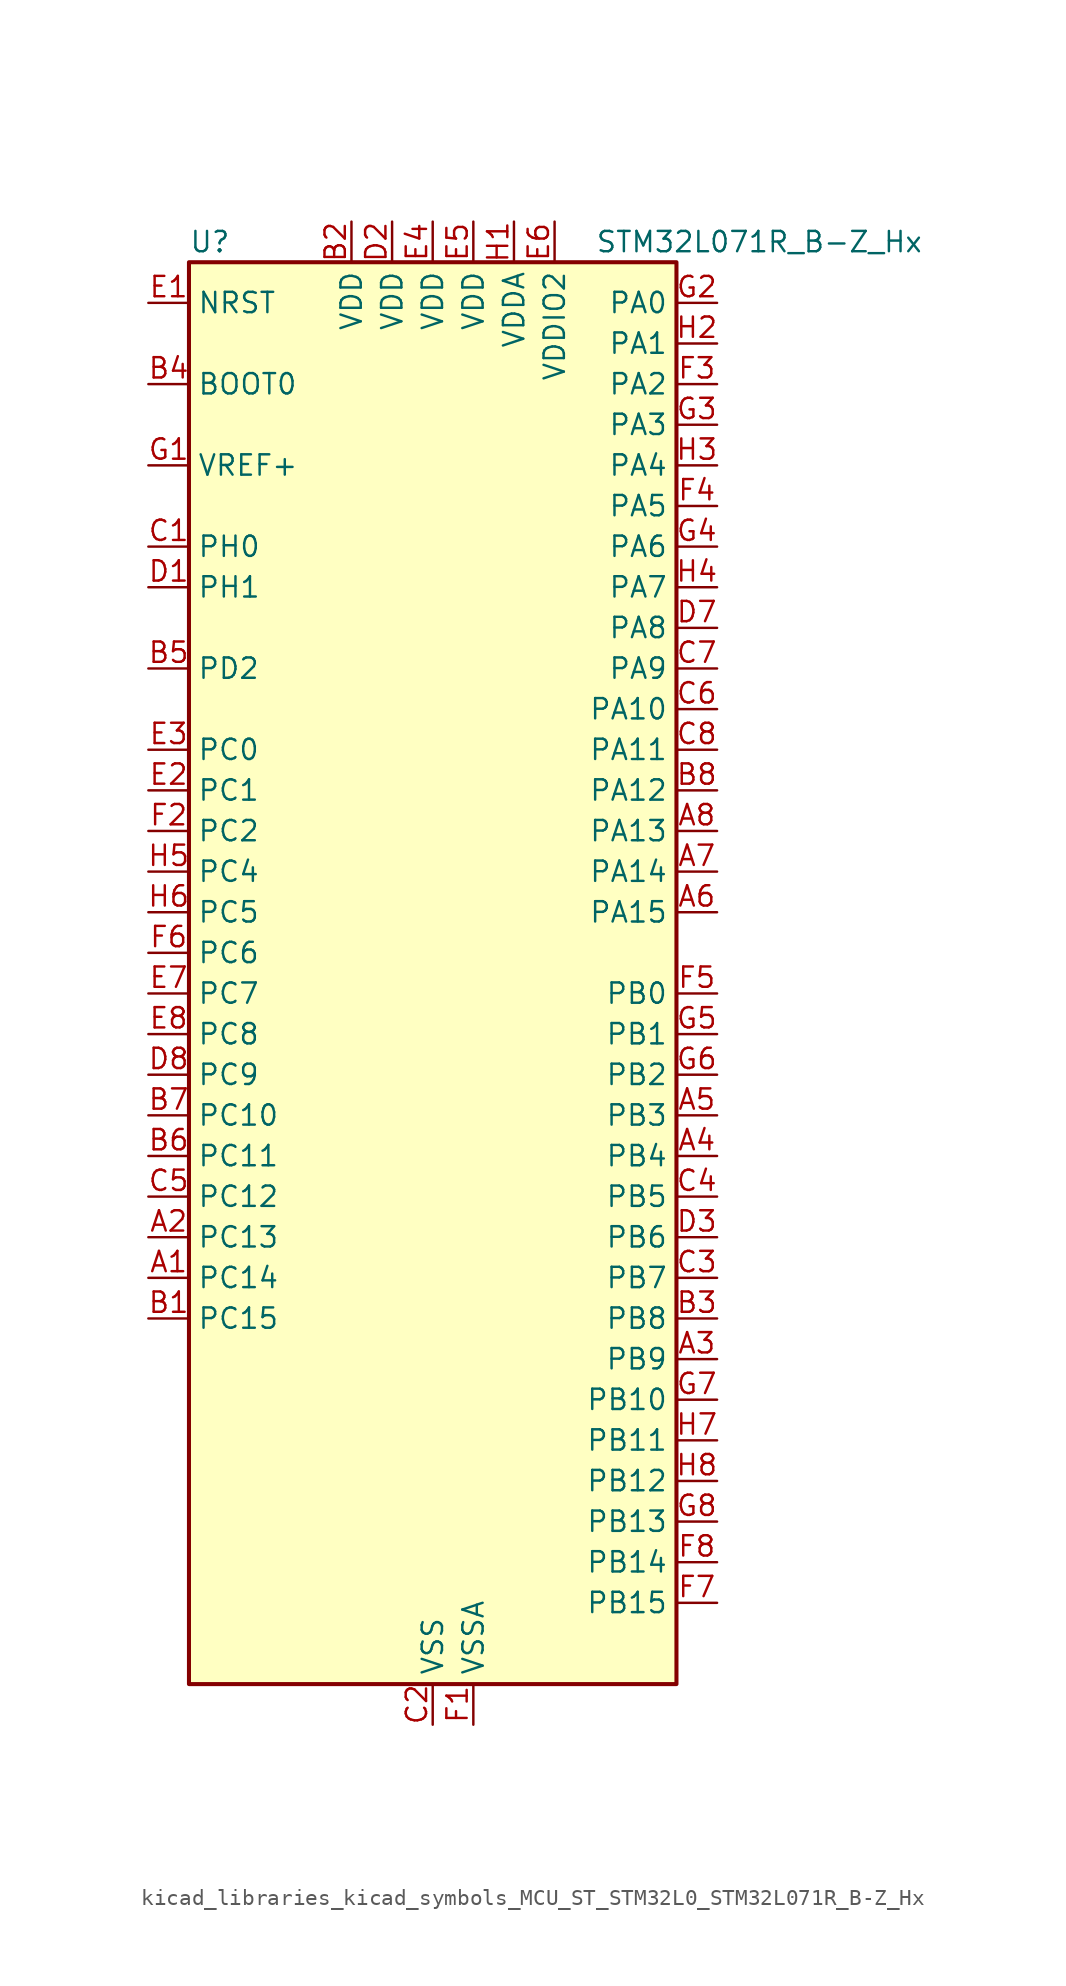
<source format=kicad_sym>
(kicad_symbol_lib
  (version 20220914)
  (generator kicad_symbol_editor)
  (symbol "kicad_libraries_kicad_symbols_MCU_ST_STM32L0_STM32L071R_B-Z_Hx"
    (property "Reference" "U"
      (at -15.24 46.99 0)
      (effects (font (size 1.27 1.27)) (justify left)))
    (property "Value" "STM32L071R_B-Z_Hx"
      (at 10.16 46.99 0)
      (effects (font (size 1.27 1.27)) (justify left)))
    (property "ki_locked" ""
      (at 0 0 0)
      (effects (font (size 1.27 1.27))))
    (symbol "kicad_libraries_kicad_symbols_MCU_ST_STM32L0_STM32L071R_B-Z_Hx_0_1"
      (rectangle (start -15.24 -43.18) (end 15.24 45.72) (stroke (width 0.254) (type default)) (fill (type background))))
    (symbol "kicad_libraries_kicad_symbols_MCU_ST_STM32L0_STM32L071R_B-Z_Hx_1_1"
      (pin bidirectional line (at -17.78 -17.78 0) (length 2.54) (name "PC14" (effects (font (size 1.27 1.27)))) (number "A1" (effects (font (size 1.27 1.27)))) (alternate "RCC_OSC32_IN" bidirectional line))
      (pin bidirectional line (at -17.78 -15.24 0) (length 2.54) (name "PC13" (effects (font (size 1.27 1.27)))) (number "A2" (effects (font (size 1.27 1.27)))) (alternate "RTC_OUT_ALARM" bidirectional line) (alternate "RTC_OUT_CALIB" bidirectional line) (alternate "RTC_TAMP1" bidirectional line) (alternate "RTC_TS" bidirectional line) (alternate "SYS_WKUP2" bidirectional line))
      (pin bidirectional line (at 17.78 -22.86 180) (length 2.54) (name "PB9" (effects (font (size 1.27 1.27)))) (number "A3" (effects (font (size 1.27 1.27)))) (alternate "I2C1_SDA" bidirectional line) (alternate "I2S2_WS" bidirectional line) (alternate "SPI2_NSS" bidirectional line))
      (pin bidirectional line (at 17.78 -10.16 180) (length 2.54) (name "PB4" (effects (font (size 1.27 1.27)))) (number "A4" (effects (font (size 1.27 1.27)))) (alternate "COMP2_INP" bidirectional line) (alternate "I2C3_SDA" bidirectional line) (alternate "SPI1_MISO" bidirectional line) (alternate "TIM22_CH1" bidirectional line) (alternate "TIM3_CH1" bidirectional line) (alternate "USART1_CTS" bidirectional line) (alternate "USART5_RX" bidirectional line))
      (pin bidirectional line (at 17.78 -7.62 180) (length 2.54) (name "PB3" (effects (font (size 1.27 1.27)))) (number "A5" (effects (font (size 1.27 1.27)))) (alternate "COMP2_INM" bidirectional line) (alternate "SPI1_SCK" bidirectional line) (alternate "TIM2_CH2" bidirectional line) (alternate "USART1_DE" bidirectional line) (alternate "USART1_RTS" bidirectional line) (alternate "USART5_TX" bidirectional line))
      (pin bidirectional line (at 17.78 5.08 180) (length 2.54) (name "PA15" (effects (font (size 1.27 1.27)))) (number "A6" (effects (font (size 1.27 1.27)))) (alternate "SPI1_NSS" bidirectional line) (alternate "TIM2_CH1" bidirectional line) (alternate "TIM2_ETR" bidirectional line) (alternate "USART2_RX" bidirectional line) (alternate "USART4_DE" bidirectional line) (alternate "USART4_RTS" bidirectional line))
      (pin bidirectional line (at 17.78 7.62 180) (length 2.54) (name "PA14" (effects (font (size 1.27 1.27)))) (number "A7" (effects (font (size 1.27 1.27)))) (alternate "LPUART1_TX" bidirectional line) (alternate "SYS_SWCLK" bidirectional line) (alternate "USART2_TX" bidirectional line))
      (pin bidirectional line (at 17.78 10.16 180) (length 2.54) (name "PA13" (effects (font (size 1.27 1.27)))) (number "A8" (effects (font (size 1.27 1.27)))) (alternate "LPUART1_RX" bidirectional line) (alternate "SYS_SWDIO" bidirectional line))
      (pin bidirectional line (at -17.78 -20.32 0) (length 2.54) (name "PC15" (effects (font (size 1.27 1.27)))) (number "B1" (effects (font (size 1.27 1.27)))) (alternate "RCC_OSC32_OUT" bidirectional line))
      (pin power_in line (at -5.08 48.26 270) (length 2.54) (name "VDD" (effects (font (size 1.27 1.27)))) (number "B2" (effects (font (size 1.27 1.27)))))
      (pin bidirectional line (at 17.78 -20.32 180) (length 2.54) (name "PB8" (effects (font (size 1.27 1.27)))) (number "B3" (effects (font (size 1.27 1.27)))) (alternate "I2C1_SCL" bidirectional line))
      (pin input line (at -17.78 38.1 0) (length 2.54) (name "BOOT0" (effects (font (size 1.27 1.27)))) (number "B4" (effects (font (size 1.27 1.27)))))
      (pin bidirectional line (at -17.78 20.32 0) (length 2.54) (name "PD2" (effects (font (size 1.27 1.27)))) (number "B5" (effects (font (size 1.27 1.27)))) (alternate "LPUART1_DE" bidirectional line) (alternate "LPUART1_RTS" bidirectional line) (alternate "TIM3_ETR" bidirectional line) (alternate "USART5_RX" bidirectional line))
      (pin bidirectional line (at -17.78 -10.16 0) (length 2.54) (name "PC11" (effects (font (size 1.27 1.27)))) (number "B6" (effects (font (size 1.27 1.27)))) (alternate "ADC_EXTI11" bidirectional line) (alternate "LPUART1_RX" bidirectional line) (alternate "USART4_RX" bidirectional line))
      (pin bidirectional line (at -17.78 -7.62 0) (length 2.54) (name "PC10" (effects (font (size 1.27 1.27)))) (number "B7" (effects (font (size 1.27 1.27)))) (alternate "LPUART1_TX" bidirectional line) (alternate "USART4_TX" bidirectional line))
      (pin bidirectional line (at 17.78 12.7 180) (length 2.54) (name "PA12" (effects (font (size 1.27 1.27)))) (number "B8" (effects (font (size 1.27 1.27)))) (alternate "COMP2_OUT" bidirectional line) (alternate "SPI1_MOSI" bidirectional line) (alternate "USART1_DE" bidirectional line) (alternate "USART1_RTS" bidirectional line))
      (pin bidirectional line (at -17.78 27.94 0) (length 2.54) (name "PH0" (effects (font (size 1.27 1.27)))) (number "C1" (effects (font (size 1.27 1.27)))) (alternate "RCC_OSC_IN" bidirectional line))
      (pin power_in line (at 0 -45.72 90) (length 2.54) (name "VSS" (effects (font (size 1.27 1.27)))) (number "C2" (effects (font (size 1.27 1.27)))))
      (pin bidirectional line (at 17.78 -17.78 180) (length 2.54) (name "PB7" (effects (font (size 1.27 1.27)))) (number "C3" (effects (font (size 1.27 1.27)))) (alternate "COMP2_INP" bidirectional line) (alternate "I2C1_SDA" bidirectional line) (alternate "LPTIM1_IN2" bidirectional line) (alternate "SYS_PVD_IN" bidirectional line) (alternate "USART1_RX" bidirectional line) (alternate "USART4_CTS" bidirectional line))
      (pin bidirectional line (at 17.78 -12.7 180) (length 2.54) (name "PB5" (effects (font (size 1.27 1.27)))) (number "C4" (effects (font (size 1.27 1.27)))) (alternate "COMP2_INP" bidirectional line) (alternate "I2C1_SMBA" bidirectional line) (alternate "LPTIM1_IN1" bidirectional line) (alternate "SPI1_MOSI" bidirectional line) (alternate "TIM22_CH2" bidirectional line) (alternate "TIM3_CH2" bidirectional line) (alternate "USART1_CK" bidirectional line) (alternate "USART5_CK" bidirectional line) (alternate "USART5_DE" bidirectional line) (alternate "USART5_RTS" bidirectional line))
      (pin bidirectional line (at -17.78 -12.7 0) (length 2.54) (name "PC12" (effects (font (size 1.27 1.27)))) (number "C5" (effects (font (size 1.27 1.27)))) (alternate "USART4_CK" bidirectional line) (alternate "USART5_TX" bidirectional line))
      (pin bidirectional line (at 17.78 17.78 180) (length 2.54) (name "PA10" (effects (font (size 1.27 1.27)))) (number "C6" (effects (font (size 1.27 1.27)))) (alternate "I2C1_SDA" bidirectional line) (alternate "USART1_RX" bidirectional line))
      (pin bidirectional line (at 17.78 20.32 180) (length 2.54) (name "PA9" (effects (font (size 1.27 1.27)))) (number "C7" (effects (font (size 1.27 1.27)))) (alternate "I2C1_SCL" bidirectional line) (alternate "I2C3_SMBA" bidirectional line) (alternate "RCC_MCO" bidirectional line) (alternate "USART1_TX" bidirectional line))
      (pin bidirectional line (at 17.78 15.24 180) (length 2.54) (name "PA11" (effects (font (size 1.27 1.27)))) (number "C8" (effects (font (size 1.27 1.27)))) (alternate "ADC_EXTI11" bidirectional line) (alternate "COMP1_OUT" bidirectional line) (alternate "SPI1_MISO" bidirectional line) (alternate "USART1_CTS" bidirectional line))
      (pin bidirectional line (at -17.78 25.4 0) (length 2.54) (name "PH1" (effects (font (size 1.27 1.27)))) (number "D1" (effects (font (size 1.27 1.27)))) (alternate "RCC_OSC_OUT" bidirectional line))
      (pin power_in line (at -2.54 48.26 270) (length 2.54) (name "VDD" (effects (font (size 1.27 1.27)))) (number "D2" (effects (font (size 1.27 1.27)))))
      (pin bidirectional line (at 17.78 -15.24 180) (length 2.54) (name "PB6" (effects (font (size 1.27 1.27)))) (number "D3" (effects (font (size 1.27 1.27)))) (alternate "COMP2_INP" bidirectional line) (alternate "I2C1_SCL" bidirectional line) (alternate "LPTIM1_ETR" bidirectional line) (alternate "USART1_TX" bidirectional line))
      (pin passive line (at 0 -45.72 90) (length 2.54) hide (name "VSS" (effects (font (size 1.27 1.27)))) (number "D4" (effects (font (size 1.27 1.27)))))
      (pin passive line (at 0 -45.72 90) (length 2.54) hide (name "VSS" (effects (font (size 1.27 1.27)))) (number "D5" (effects (font (size 1.27 1.27)))))
      (pin passive line (at 0 -45.72 90) (length 2.54) hide (name "VSS" (effects (font (size 1.27 1.27)))) (number "D6" (effects (font (size 1.27 1.27)))))
      (pin bidirectional line (at 17.78 22.86 180) (length 2.54) (name "PA8" (effects (font (size 1.27 1.27)))) (number "D7" (effects (font (size 1.27 1.27)))) (alternate "I2C3_SCL" bidirectional line) (alternate "RCC_MCO" bidirectional line) (alternate "USART1_CK" bidirectional line))
      (pin bidirectional line (at -17.78 -5.08 0) (length 2.54) (name "PC9" (effects (font (size 1.27 1.27)))) (number "D8" (effects (font (size 1.27 1.27)))) (alternate "I2C3_SDA" bidirectional line) (alternate "TIM21_ETR" bidirectional line) (alternate "TIM3_CH4" bidirectional line))
      (pin input line (at -17.78 43.18 0) (length 2.54) (name "NRST" (effects (font (size 1.27 1.27)))) (number "E1" (effects (font (size 1.27 1.27)))))
      (pin bidirectional line (at -17.78 12.7 0) (length 2.54) (name "PC1" (effects (font (size 1.27 1.27)))) (number "E2" (effects (font (size 1.27 1.27)))) (alternate "ADC_IN11" bidirectional line) (alternate "I2C3_SDA" bidirectional line) (alternate "LPTIM1_OUT" bidirectional line) (alternate "LPUART1_TX" bidirectional line))
      (pin bidirectional line (at -17.78 15.24 0) (length 2.54) (name "PC0" (effects (font (size 1.27 1.27)))) (number "E3" (effects (font (size 1.27 1.27)))) (alternate "ADC_IN10" bidirectional line) (alternate "I2C3_SCL" bidirectional line) (alternate "LPTIM1_IN1" bidirectional line) (alternate "LPUART1_RX" bidirectional line))
      (pin power_in line (at 0 48.26 270) (length 2.54) (name "VDD" (effects (font (size 1.27 1.27)))) (number "E4" (effects (font (size 1.27 1.27)))))
      (pin power_in line (at 2.54 48.26 270) (length 2.54) (name "VDD" (effects (font (size 1.27 1.27)))) (number "E5" (effects (font (size 1.27 1.27)))))
      (pin power_in line (at 7.62 48.26 270) (length 2.54) (name "VDDIO2" (effects (font (size 1.27 1.27)))) (number "E6" (effects (font (size 1.27 1.27)))))
      (pin bidirectional line (at -17.78 0 0) (length 2.54) (name "PC7" (effects (font (size 1.27 1.27)))) (number "E7" (effects (font (size 1.27 1.27)))) (alternate "TIM22_CH2" bidirectional line) (alternate "TIM3_CH2" bidirectional line))
      (pin bidirectional line (at -17.78 -2.54 0) (length 2.54) (name "PC8" (effects (font (size 1.27 1.27)))) (number "E8" (effects (font (size 1.27 1.27)))) (alternate "TIM22_ETR" bidirectional line) (alternate "TIM3_CH3" bidirectional line))
      (pin power_in line (at 2.54 -45.72 90) (length 2.54) (name "VSSA" (effects (font (size 1.27 1.27)))) (number "F1" (effects (font (size 1.27 1.27)))))
      (pin bidirectional line (at -17.78 10.16 0) (length 2.54) (name "PC2" (effects (font (size 1.27 1.27)))) (number "F2" (effects (font (size 1.27 1.27)))) (alternate "ADC_IN12" bidirectional line) (alternate "I2S2_MCK" bidirectional line) (alternate "LPTIM1_IN2" bidirectional line) (alternate "SPI2_MISO" bidirectional line))
      (pin bidirectional line (at 17.78 38.1 180) (length 2.54) (name "PA2" (effects (font (size 1.27 1.27)))) (number "F3" (effects (font (size 1.27 1.27)))) (alternate "ADC_IN2" bidirectional line) (alternate "COMP2_INM" bidirectional line) (alternate "COMP2_OUT" bidirectional line) (alternate "LPUART1_TX" bidirectional line) (alternate "TIM21_CH1" bidirectional line) (alternate "TIM2_CH3" bidirectional line) (alternate "USART2_TX" bidirectional line))
      (pin bidirectional line (at 17.78 30.48 180) (length 2.54) (name "PA5" (effects (font (size 1.27 1.27)))) (number "F4" (effects (font (size 1.27 1.27)))) (alternate "ADC_IN5" bidirectional line) (alternate "COMP1_INM" bidirectional line) (alternate "COMP2_INM" bidirectional line) (alternate "SPI1_SCK" bidirectional line) (alternate "TIM2_CH1" bidirectional line) (alternate "TIM2_ETR" bidirectional line))
      (pin bidirectional line (at 17.78 0 180) (length 2.54) (name "PB0" (effects (font (size 1.27 1.27)))) (number "F5" (effects (font (size 1.27 1.27)))) (alternate "ADC_IN8" bidirectional line) (alternate "SYS_VREF_OUT_PB0" bidirectional line) (alternate "TIM3_CH3" bidirectional line))
      (pin bidirectional line (at -17.78 2.54 0) (length 2.54) (name "PC6" (effects (font (size 1.27 1.27)))) (number "F6" (effects (font (size 1.27 1.27)))) (alternate "TIM22_CH1" bidirectional line) (alternate "TIM3_CH1" bidirectional line))
      (pin bidirectional line (at 17.78 -38.1 180) (length 2.54) (name "PB15" (effects (font (size 1.27 1.27)))) (number "F7" (effects (font (size 1.27 1.27)))) (alternate "I2S2_SD" bidirectional line) (alternate "RTC_REFIN" bidirectional line) (alternate "SPI2_MOSI" bidirectional line))
      (pin bidirectional line (at 17.78 -35.56 180) (length 2.54) (name "PB14" (effects (font (size 1.27 1.27)))) (number "F8" (effects (font (size 1.27 1.27)))) (alternate "I2C2_SDA" bidirectional line) (alternate "I2S2_MCK" bidirectional line) (alternate "LPUART1_DE" bidirectional line) (alternate "LPUART1_RTS" bidirectional line) (alternate "RTC_OUT_ALARM" bidirectional line) (alternate "RTC_OUT_CALIB" bidirectional line) (alternate "SPI2_MISO" bidirectional line) (alternate "TIM21_CH2" bidirectional line))
      (pin input line (at -17.78 33.02 0) (length 2.54) (name "VREF+" (effects (font (size 1.27 1.27)))) (number "G1" (effects (font (size 1.27 1.27)))))
      (pin bidirectional line (at 17.78 43.18 180) (length 2.54) (name "PA0" (effects (font (size 1.27 1.27)))) (number "G2" (effects (font (size 1.27 1.27)))) (alternate "ADC_IN0" bidirectional line) (alternate "COMP1_INM" bidirectional line) (alternate "COMP1_OUT" bidirectional line) (alternate "RTC_TAMP2" bidirectional line) (alternate "SYS_WKUP1" bidirectional line) (alternate "TIM2_CH1" bidirectional line) (alternate "TIM2_ETR" bidirectional line) (alternate "USART2_CTS" bidirectional line) (alternate "USART4_TX" bidirectional line))
      (pin bidirectional line (at 17.78 35.56 180) (length 2.54) (name "PA3" (effects (font (size 1.27 1.27)))) (number "G3" (effects (font (size 1.27 1.27)))) (alternate "ADC_IN3" bidirectional line) (alternate "COMP2_INP" bidirectional line) (alternate "LPUART1_RX" bidirectional line) (alternate "TIM21_CH2" bidirectional line) (alternate "TIM2_CH4" bidirectional line) (alternate "USART2_RX" bidirectional line))
      (pin bidirectional line (at 17.78 27.94 180) (length 2.54) (name "PA6" (effects (font (size 1.27 1.27)))) (number "G4" (effects (font (size 1.27 1.27)))) (alternate "ADC_IN6" bidirectional line) (alternate "COMP1_OUT" bidirectional line) (alternate "LPUART1_CTS" bidirectional line) (alternate "SPI1_MISO" bidirectional line) (alternate "TIM22_CH1" bidirectional line) (alternate "TIM3_CH1" bidirectional line))
      (pin bidirectional line (at 17.78 -2.54 180) (length 2.54) (name "PB1" (effects (font (size 1.27 1.27)))) (number "G5" (effects (font (size 1.27 1.27)))) (alternate "ADC_IN9" bidirectional line) (alternate "LPUART1_DE" bidirectional line) (alternate "LPUART1_RTS" bidirectional line) (alternate "SYS_VREF_OUT_PB1" bidirectional line) (alternate "TIM3_CH4" bidirectional line))
      (pin bidirectional line (at 17.78 -5.08 180) (length 2.54) (name "PB2" (effects (font (size 1.27 1.27)))) (number "G6" (effects (font (size 1.27 1.27)))) (alternate "I2C3_SMBA" bidirectional line) (alternate "LPTIM1_OUT" bidirectional line))
      (pin bidirectional line (at 17.78 -25.4 180) (length 2.54) (name "PB10" (effects (font (size 1.27 1.27)))) (number "G7" (effects (font (size 1.27 1.27)))) (alternate "I2C2_SCL" bidirectional line) (alternate "LPUART1_RX" bidirectional line) (alternate "LPUART1_TX" bidirectional line) (alternate "SPI2_SCK" bidirectional line) (alternate "TIM2_CH3" bidirectional line))
      (pin bidirectional line (at 17.78 -33.02 180) (length 2.54) (name "PB13" (effects (font (size 1.27 1.27)))) (number "G8" (effects (font (size 1.27 1.27)))) (alternate "I2C2_SCL" bidirectional line) (alternate "I2S2_CK" bidirectional line) (alternate "LPUART1_CTS" bidirectional line) (alternate "RCC_MCO" bidirectional line) (alternate "SPI2_SCK" bidirectional line) (alternate "TIM21_CH1" bidirectional line))
      (pin power_in line (at 5.08 48.26 270) (length 2.54) (name "VDDA" (effects (font (size 1.27 1.27)))) (number "H1" (effects (font (size 1.27 1.27)))))
      (pin bidirectional line (at 17.78 40.64 180) (length 2.54) (name "PA1" (effects (font (size 1.27 1.27)))) (number "H2" (effects (font (size 1.27 1.27)))) (alternate "ADC_IN1" bidirectional line) (alternate "COMP1_INP" bidirectional line) (alternate "TIM21_ETR" bidirectional line) (alternate "TIM2_CH2" bidirectional line) (alternate "USART2_DE" bidirectional line) (alternate "USART2_RTS" bidirectional line) (alternate "USART4_RX" bidirectional line))
      (pin bidirectional line (at 17.78 33.02 180) (length 2.54) (name "PA4" (effects (font (size 1.27 1.27)))) (number "H3" (effects (font (size 1.27 1.27)))) (alternate "ADC_IN4" bidirectional line) (alternate "COMP1_INM" bidirectional line) (alternate "COMP2_INM" bidirectional line) (alternate "SPI1_NSS" bidirectional line) (alternate "TIM22_ETR" bidirectional line) (alternate "USART2_CK" bidirectional line))
      (pin bidirectional line (at 17.78 25.4 180) (length 2.54) (name "PA7" (effects (font (size 1.27 1.27)))) (number "H4" (effects (font (size 1.27 1.27)))) (alternate "ADC_IN7" bidirectional line) (alternate "COMP2_OUT" bidirectional line) (alternate "SPI1_MOSI" bidirectional line) (alternate "TIM22_CH2" bidirectional line) (alternate "TIM3_CH2" bidirectional line))
      (pin bidirectional line (at -17.78 7.62 0) (length 2.54) (name "PC4" (effects (font (size 1.27 1.27)))) (number "H5" (effects (font (size 1.27 1.27)))) (alternate "ADC_IN14" bidirectional line) (alternate "LPUART1_TX" bidirectional line))
      (pin bidirectional line (at -17.78 5.08 0) (length 2.54) (name "PC5" (effects (font (size 1.27 1.27)))) (number "H6" (effects (font (size 1.27 1.27)))) (alternate "ADC_IN15" bidirectional line) (alternate "LPUART1_RX" bidirectional line))
      (pin bidirectional line (at 17.78 -27.94 180) (length 2.54) (name "PB11" (effects (font (size 1.27 1.27)))) (number "H7" (effects (font (size 1.27 1.27)))) (alternate "ADC_EXTI11" bidirectional line) (alternate "I2C2_SDA" bidirectional line) (alternate "LPUART1_RX" bidirectional line) (alternate "LPUART1_TX" bidirectional line) (alternate "TIM2_CH4" bidirectional line))
      (pin bidirectional line (at 17.78 -30.48 180) (length 2.54) (name "PB12" (effects (font (size 1.27 1.27)))) (number "H8" (effects (font (size 1.27 1.27)))) (alternate "I2S2_WS" bidirectional line) (alternate "LPUART1_DE" bidirectional line) (alternate "LPUART1_RTS" bidirectional line) (alternate "SPI2_NSS" bidirectional line)))))
</source>
